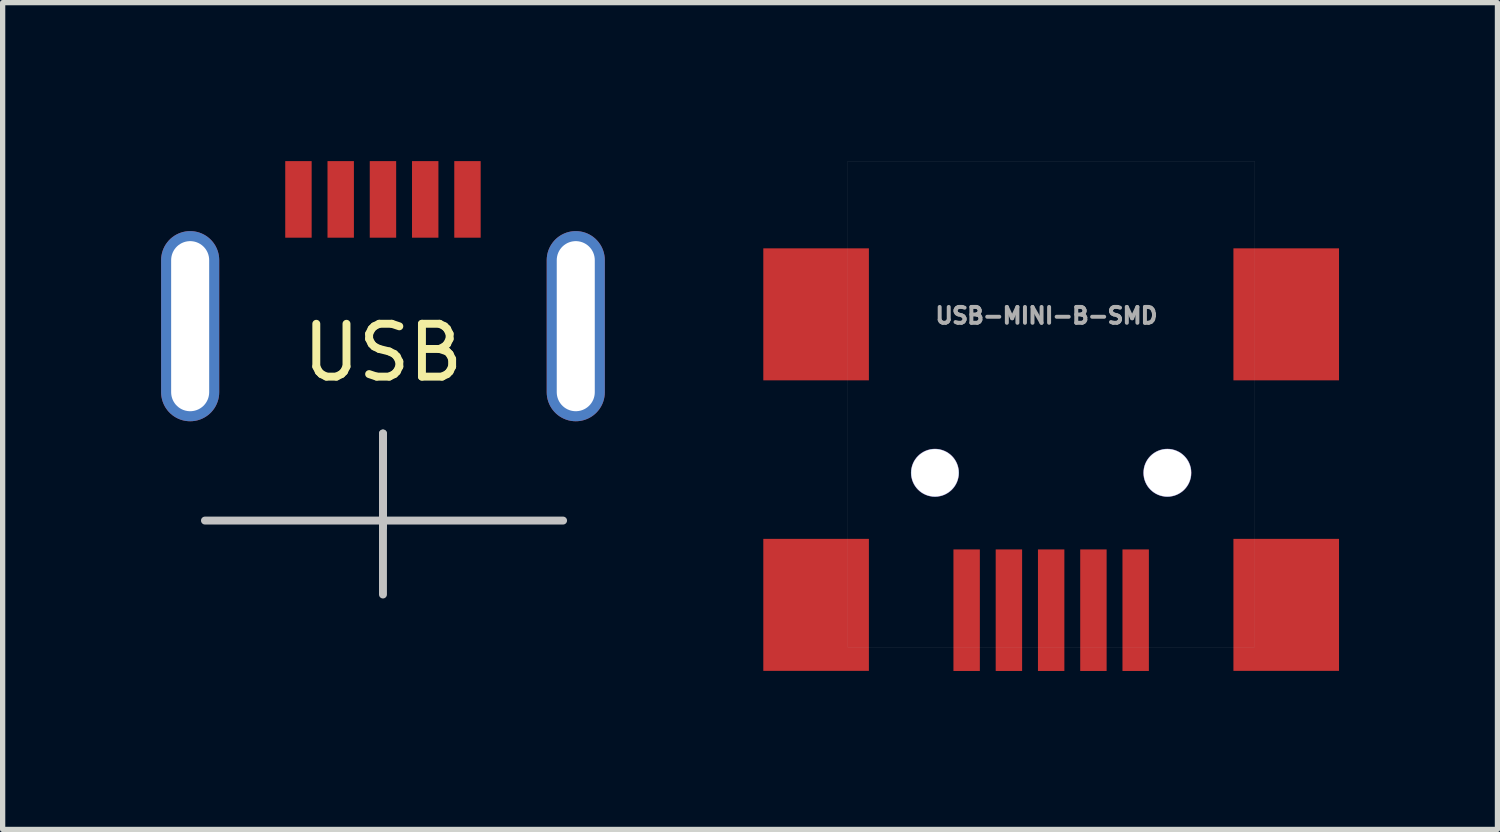
<source format=kicad_pcb>
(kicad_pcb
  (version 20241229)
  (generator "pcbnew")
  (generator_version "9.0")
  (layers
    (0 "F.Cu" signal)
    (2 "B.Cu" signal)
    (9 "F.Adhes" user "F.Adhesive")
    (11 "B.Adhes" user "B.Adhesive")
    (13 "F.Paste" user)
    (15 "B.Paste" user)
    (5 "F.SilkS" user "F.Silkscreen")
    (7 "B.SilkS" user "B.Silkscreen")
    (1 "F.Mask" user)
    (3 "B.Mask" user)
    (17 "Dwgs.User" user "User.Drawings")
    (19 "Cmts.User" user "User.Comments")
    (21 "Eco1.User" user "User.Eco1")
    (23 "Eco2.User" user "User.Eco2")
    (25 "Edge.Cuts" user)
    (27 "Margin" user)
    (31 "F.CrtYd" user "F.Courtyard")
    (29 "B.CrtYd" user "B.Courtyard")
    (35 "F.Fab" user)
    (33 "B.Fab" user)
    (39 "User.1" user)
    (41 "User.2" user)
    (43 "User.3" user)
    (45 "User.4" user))
  (footprint "USB"
    (layer "F.Cu")
    (at 4.2 3.125)
    (property "Reference" "USB" (at 0 0.5 0) (layer "F.SilkS") (effects (font (size 1 1) (thickness 0.15))))
    (attr through_hole)
    (fp_line (start 0 2.032) (end 0 5.08) (stroke (width 0.15) (type solid)) (layer "Dwgs.User"))
    (fp_line (start 0 3.81) (end 0 2.032) (stroke (width 0.15) (type solid)) (layer "Dwgs.User"))
    (fp_line (start 3.41 3.68) (end -3.37 3.68) (stroke (width 0.15) (type solid)) (layer "Dwgs.User"))
    (pad "1" smd rect (at -1.6 -2.4) (size 0.5 1.45) (layers "F.Cu" "F.Mask" "F.Paste"))
    (pad "2" smd rect (at -0.8 -2.4) (size 0.5 1.45) (layers "F.Cu" "F.Mask" "F.Paste"))
    (pad "3" smd rect (at 0 -2.4) (size 0.5 1.45) (layers "F.Cu" "F.Mask" "F.Paste"))
    (pad "4" smd rect (at 0.8 -2.4) (size 0.5 1.45) (layers "F.Cu" "F.Mask" "F.Paste"))
    (pad "5" smd rect (at 1.6 -2.4) (size 0.5 1.45) (layers "F.Cu" "F.Mask" "F.Paste"))
    (pad "6" thru_hole oval (at -3.65 0) (size 1.1 3.6) (drill oval 0.72 3.22) (layers "*.Cu" "*.Mask"))
    (pad "6" thru_hole oval (at 3.65 0) (size 1.1 3.6) (drill oval 0.72 3.22) (layers "*.Cu" "*.Mask")))
  (footprint "USB-MINI-B-SMD"
    (layer "F.Cu")
    (at 16.85 0.651)
    (property "Reference" "USB-MINI-B-SMD" (at -0.089 2.275 0) (layer "F.Fab") (effects (font (size 0.3 0.3) (thickness 0.075))))
    (attr smd)
    (fp_line (start -3.851 -0.65) (end 3.851 -0.65) (stroke (width 0.001) (type solid)) (layer "F.Fab"))
    (fp_line (start -3.851 8.55) (end -3.851 -0.65) (stroke (width 0.001) (type solid)) (layer "F.Fab"))
    (fp_line (start 3.851 -0.65) (end 3.851 8.55) (stroke (width 0.001) (type solid)) (layer "F.Fab"))
    (fp_line (start 3.851 8.55) (end -3.851 8.55) (stroke (width 0.001) (type solid)) (layer "F.Fab"))
    (pad "" smd rect (at -4.45 2.25) (size 1.999 2.499) (layers "F.Cu" "F.Mask" "F.Paste"))
    (pad "" np_thru_hole circle (at -2.2 5.25) (size 0.909 0.909) (drill 0.899) (layers "*.Cu" "*.Mask"))
    (pad "" np_thru_hole circle (at 2.2 5.25) (size 0.909 0.909) (drill 0.899) (layers "*.Cu" "*.Mask"))
    (pad "" smd rect (at 4.45 2.25) (size 1.999 2.499) (layers "F.Cu" "F.Mask" "F.Paste"))
    (pad "" smd rect (at 4.45 7.75) (size 1.999 2.499) (layers "F.Cu" "F.Mask" "F.Paste"))
    (pad "1" smd rect (at 1.6 7.851) (size 0.5 2.301) (layers "F.Cu" "F.Mask" "F.Paste"))
    (pad "2" smd rect (at 0.8 7.851) (size 0.5 2.301) (layers "F.Cu" "F.Mask" "F.Paste"))
    (pad "3" smd rect (at 0 7.851) (size 0.5 2.301) (layers "F.Cu" "F.Mask" "F.Paste"))
    (pad "4" smd rect (at -0.8 7.851) (size 0.5 2.301) (layers "F.Cu" "F.Mask" "F.Paste"))
    (pad "5" smd rect (at -1.6 7.851) (size 0.5 2.301) (layers "F.Cu" "F.Mask" "F.Paste"))
    (pad "6" smd rect (at -4.45 7.75) (size 1.999 2.499) (layers "F.Cu" "F.Mask" "F.Paste")))
  (gr_rect
    (start -3 -3)
    (end 25.299 12.652)
    (stroke (width 0.1) (type default))
    (fill no)
    (layer "Edge.Cuts")))
</source>
